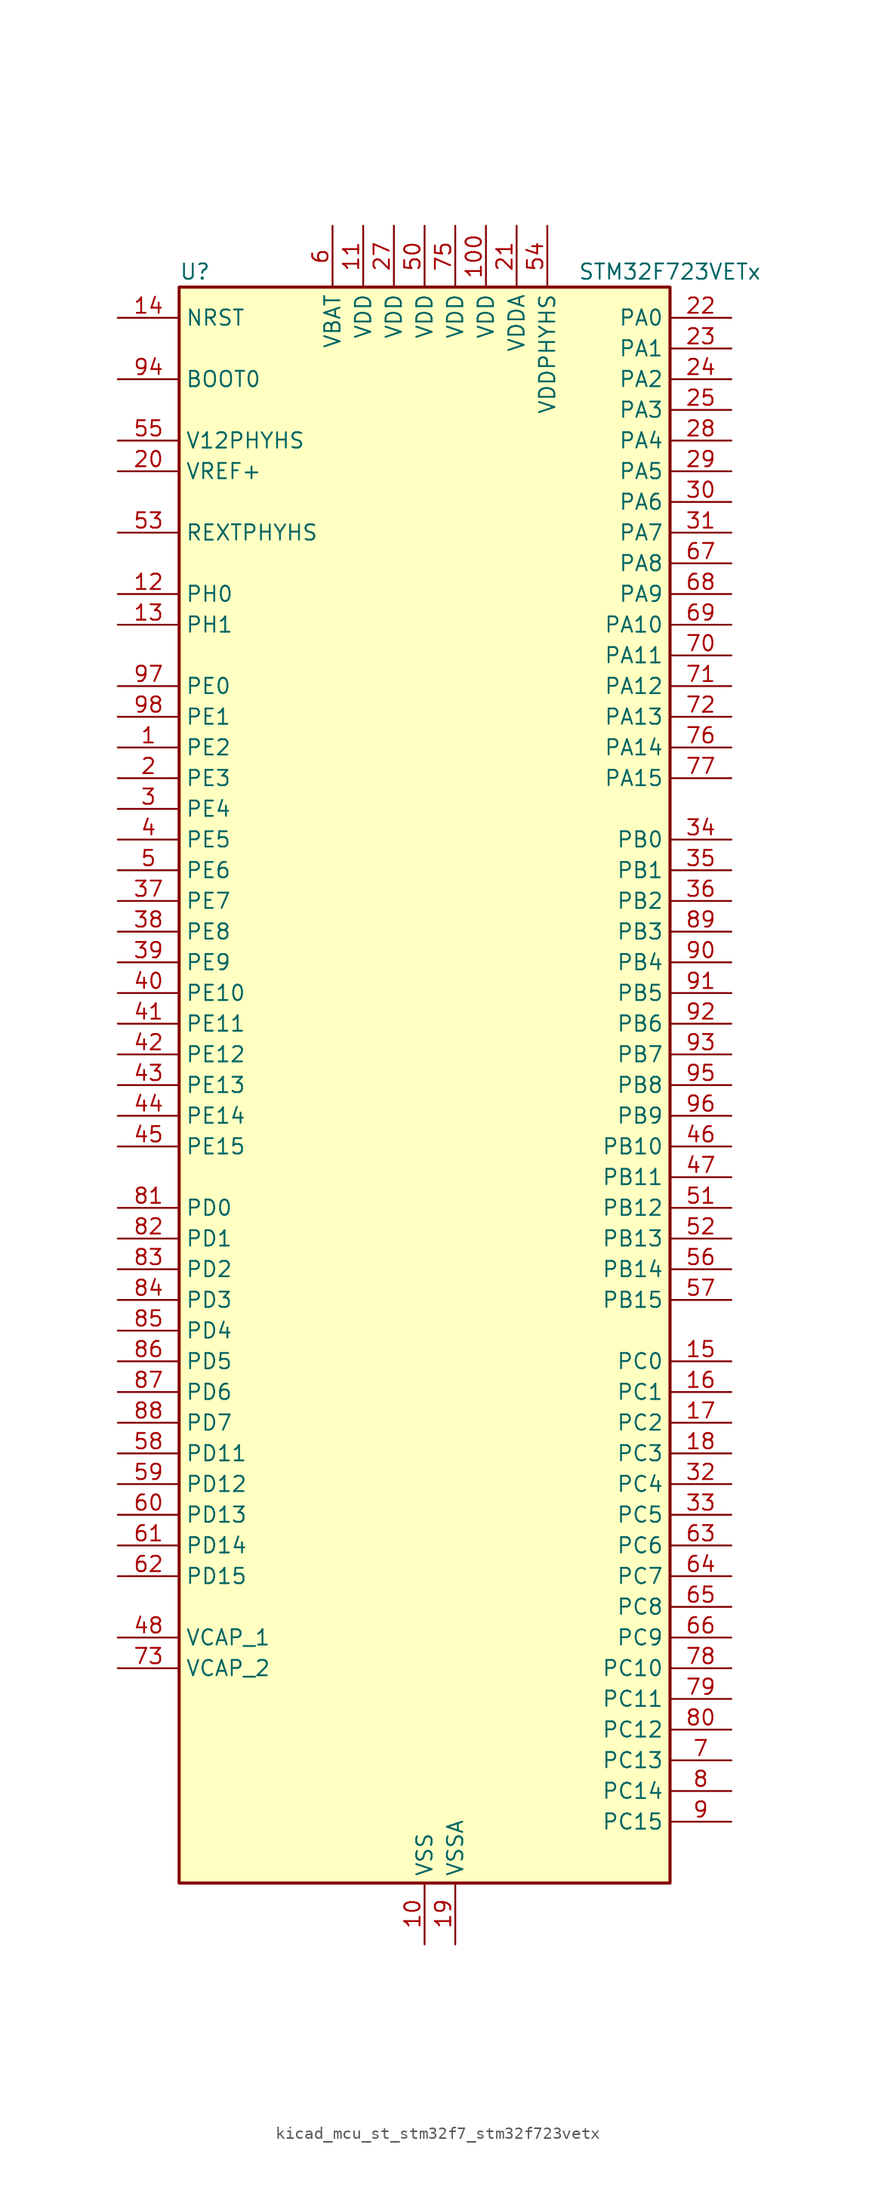
<source format=kicad_sym>
(kicad_symbol_lib
  (version 20220914)
  (generator kicad_symbol_editor)
  (symbol "kicad_mcu_st_stm32f7_stm32f723vetx"
    (property "Reference" "U"
      (at -20.32 67.31 0)
      (effects (font (size 1.27 1.27)) (justify left)))
    (property "Value" "STM32F723VETx"
      (at 12.7 67.31 0)
      (effects (font (size 1.27 1.27)) (justify left)))
    (property "ki_locked" ""
      (at 0 0 0)
      (effects (font (size 1.27 1.27))))
    (symbol "kicad_mcu_st_stm32f7_stm32f723vetx_0_1"
      (rectangle (start -20.32 -66.04) (end 20.32 66.04) (stroke (width 0.254) (type default)) (fill (type background))))
    (symbol "kicad_mcu_st_stm32f7_stm32f723vetx_1_1"
      (pin bidirectional line (at -25.4 27.94 0) (length 5.08) (name "PE2" (effects (font (size 1.27 1.27)))) (number "1" (effects (font (size 1.27 1.27)))) (alternate "FMC_A23" bidirectional line) (alternate "QUADSPI_BK1_IO2" bidirectional line) (alternate "SAI1_MCLK_A" bidirectional line) (alternate "SPI4_SCK" bidirectional line) (alternate "SYS_TRACECLK" bidirectional line))
      (pin power_in line (at 0 -71.12 90) (length 5.08) (name "VSS" (effects (font (size 1.27 1.27)))) (number "10" (effects (font (size 1.27 1.27)))))
      (pin power_in line (at 5.08 71.12 270) (length 5.08) (name "VDD" (effects (font (size 1.27 1.27)))) (number "100" (effects (font (size 1.27 1.27)))))
      (pin power_in line (at -5.08 71.12 270) (length 5.08) (name "VDD" (effects (font (size 1.27 1.27)))) (number "11" (effects (font (size 1.27 1.27)))))
      (pin bidirectional line (at -25.4 40.64 0) (length 5.08) (name "PH0" (effects (font (size 1.27 1.27)))) (number "12" (effects (font (size 1.27 1.27)))) (alternate "RCC_OSC_IN" bidirectional line))
      (pin bidirectional line (at -25.4 38.1 0) (length 5.08) (name "PH1" (effects (font (size 1.27 1.27)))) (number "13" (effects (font (size 1.27 1.27)))) (alternate "RCC_OSC_OUT" bidirectional line))
      (pin input line (at -25.4 63.5 0) (length 5.08) (name "NRST" (effects (font (size 1.27 1.27)))) (number "14" (effects (font (size 1.27 1.27)))))
      (pin bidirectional line (at 25.4 -22.86 180) (length 5.08) (name "PC0" (effects (font (size 1.27 1.27)))) (number "15" (effects (font (size 1.27 1.27)))) (alternate "ADC1_IN10" bidirectional line) (alternate "ADC2_IN10" bidirectional line) (alternate "ADC3_IN10" bidirectional line) (alternate "FMC_SDNWE" bidirectional line) (alternate "SAI2_FS_B" bidirectional line))
      (pin bidirectional line (at 25.4 -25.4 180) (length 5.08) (name "PC1" (effects (font (size 1.27 1.27)))) (number "16" (effects (font (size 1.27 1.27)))) (alternate "ADC1_IN11" bidirectional line) (alternate "ADC2_IN11" bidirectional line) (alternate "ADC3_IN11" bidirectional line) (alternate "I2S2_SD" bidirectional line) (alternate "RTC_TAMP3" bidirectional line) (alternate "RTC_TS" bidirectional line) (alternate "SAI1_SD_A" bidirectional line) (alternate "SPI2_MOSI" bidirectional line) (alternate "SYS_TRACED0" bidirectional line) (alternate "SYS_WKUP3" bidirectional line))
      (pin bidirectional line (at 25.4 -27.94 180) (length 5.08) (name "PC2" (effects (font (size 1.27 1.27)))) (number "17" (effects (font (size 1.27 1.27)))) (alternate "ADC1_IN12" bidirectional line) (alternate "ADC2_IN12" bidirectional line) (alternate "ADC3_IN12" bidirectional line) (alternate "FMC_SDNE0" bidirectional line) (alternate "SPI2_MISO" bidirectional line))
      (pin bidirectional line (at 25.4 -30.48 180) (length 5.08) (name "PC3" (effects (font (size 1.27 1.27)))) (number "18" (effects (font (size 1.27 1.27)))) (alternate "ADC1_IN13" bidirectional line) (alternate "ADC2_IN13" bidirectional line) (alternate "ADC3_IN13" bidirectional line) (alternate "FMC_SDCKE0" bidirectional line) (alternate "I2S2_SD" bidirectional line) (alternate "SPI2_MOSI" bidirectional line))
      (pin power_in line (at 2.54 -71.12 90) (length 5.08) (name "VSSA" (effects (font (size 1.27 1.27)))) (number "19" (effects (font (size 1.27 1.27)))))
      (pin bidirectional line (at -25.4 25.4 0) (length 5.08) (name "PE3" (effects (font (size 1.27 1.27)))) (number "2" (effects (font (size 1.27 1.27)))) (alternate "FMC_A19" bidirectional line) (alternate "SAI1_SD_B" bidirectional line) (alternate "SYS_TRACED0" bidirectional line))
      (pin input line (at -25.4 50.8 0) (length 5.08) (name "VREF+" (effects (font (size 1.27 1.27)))) (number "20" (effects (font (size 1.27 1.27)))))
      (pin power_in line (at 7.62 71.12 270) (length 5.08) (name "VDDA" (effects (font (size 1.27 1.27)))) (number "21" (effects (font (size 1.27 1.27)))))
      (pin bidirectional line (at 25.4 63.5 180) (length 5.08) (name "PA0" (effects (font (size 1.27 1.27)))) (number "22" (effects (font (size 1.27 1.27)))) (alternate "ADC1_IN0" bidirectional line) (alternate "ADC2_IN0" bidirectional line) (alternate "ADC3_IN0" bidirectional line) (alternate "SAI2_SD_B" bidirectional line) (alternate "SYS_WKUP1" bidirectional line) (alternate "TIM2_CH1" bidirectional line) (alternate "TIM2_ETR" bidirectional line) (alternate "TIM5_CH1" bidirectional line) (alternate "TIM8_ETR" bidirectional line) (alternate "UART4_TX" bidirectional line) (alternate "USART2_CTS" bidirectional line))
      (pin bidirectional line (at 25.4 60.96 180) (length 5.08) (name "PA1" (effects (font (size 1.27 1.27)))) (number "23" (effects (font (size 1.27 1.27)))) (alternate "ADC1_IN1" bidirectional line) (alternate "ADC2_IN1" bidirectional line) (alternate "ADC3_IN1" bidirectional line) (alternate "QUADSPI_BK1_IO3" bidirectional line) (alternate "SAI2_MCLK_B" bidirectional line) (alternate "TIM2_CH2" bidirectional line) (alternate "TIM5_CH2" bidirectional line) (alternate "UART4_RX" bidirectional line) (alternate "USART2_DE" bidirectional line) (alternate "USART2_RTS" bidirectional line))
      (pin bidirectional line (at 25.4 58.42 180) (length 5.08) (name "PA2" (effects (font (size 1.27 1.27)))) (number "24" (effects (font (size 1.27 1.27)))) (alternate "ADC1_IN2" bidirectional line) (alternate "ADC2_IN2" bidirectional line) (alternate "ADC3_IN2" bidirectional line) (alternate "SAI2_SCK_B" bidirectional line) (alternate "SYS_WKUP2" bidirectional line) (alternate "TIM2_CH3" bidirectional line) (alternate "TIM5_CH3" bidirectional line) (alternate "TIM9_CH1" bidirectional line) (alternate "USART2_TX" bidirectional line))
      (pin bidirectional line (at 25.4 55.88 180) (length 5.08) (name "PA3" (effects (font (size 1.27 1.27)))) (number "25" (effects (font (size 1.27 1.27)))) (alternate "ADC1_IN3" bidirectional line) (alternate "ADC2_IN3" bidirectional line) (alternate "ADC3_IN3" bidirectional line) (alternate "TIM2_CH4" bidirectional line) (alternate "TIM5_CH4" bidirectional line) (alternate "TIM9_CH2" bidirectional line) (alternate "USART2_RX" bidirectional line))
      (pin passive line (at 0 -71.12 90) (length 5.08) hide (name "VSS" (effects (font (size 1.27 1.27)))) (number "26" (effects (font (size 1.27 1.27)))))
      (pin power_in line (at -2.54 71.12 270) (length 5.08) (name "VDD" (effects (font (size 1.27 1.27)))) (number "27" (effects (font (size 1.27 1.27)))))
      (pin bidirectional line (at 25.4 53.34 180) (length 5.08) (name "PA4" (effects (font (size 1.27 1.27)))) (number "28" (effects (font (size 1.27 1.27)))) (alternate "ADC1_IN4" bidirectional line) (alternate "ADC2_IN4" bidirectional line) (alternate "DAC_OUT1" bidirectional line) (alternate "I2S1_WS" bidirectional line) (alternate "I2S3_WS" bidirectional line) (alternate "SPI1_NSS" bidirectional line) (alternate "SPI3_NSS" bidirectional line) (alternate "USART2_CK" bidirectional line) (alternate "USB_OTG_HS_SOF" bidirectional line))
      (pin bidirectional line (at 25.4 50.8 180) (length 5.08) (name "PA5" (effects (font (size 1.27 1.27)))) (number "29" (effects (font (size 1.27 1.27)))) (alternate "ADC1_IN5" bidirectional line) (alternate "ADC2_IN5" bidirectional line) (alternate "DAC_OUT2" bidirectional line) (alternate "I2S1_CK" bidirectional line) (alternate "SPI1_SCK" bidirectional line) (alternate "TIM2_CH1" bidirectional line) (alternate "TIM2_ETR" bidirectional line) (alternate "TIM8_CH1N" bidirectional line))
      (pin bidirectional line (at -25.4 22.86 0) (length 5.08) (name "PE4" (effects (font (size 1.27 1.27)))) (number "3" (effects (font (size 1.27 1.27)))) (alternate "FMC_A20" bidirectional line) (alternate "SAI1_FS_A" bidirectional line) (alternate "SPI4_NSS" bidirectional line) (alternate "SYS_TRACED1" bidirectional line))
      (pin bidirectional line (at 25.4 48.26 180) (length 5.08) (name "PA6" (effects (font (size 1.27 1.27)))) (number "30" (effects (font (size 1.27 1.27)))) (alternate "ADC1_IN6" bidirectional line) (alternate "ADC2_IN6" bidirectional line) (alternate "SPI1_MISO" bidirectional line) (alternate "TIM13_CH1" bidirectional line) (alternate "TIM1_BKIN" bidirectional line) (alternate "TIM3_CH1" bidirectional line) (alternate "TIM8_BKIN" bidirectional line))
      (pin bidirectional line (at 25.4 45.72 180) (length 5.08) (name "PA7" (effects (font (size 1.27 1.27)))) (number "31" (effects (font (size 1.27 1.27)))) (alternate "ADC1_IN7" bidirectional line) (alternate "ADC2_IN7" bidirectional line) (alternate "FMC_SDNWE" bidirectional line) (alternate "I2S1_SD" bidirectional line) (alternate "SPI1_MOSI" bidirectional line) (alternate "TIM14_CH1" bidirectional line) (alternate "TIM1_CH1N" bidirectional line) (alternate "TIM3_CH2" bidirectional line) (alternate "TIM8_CH1N" bidirectional line))
      (pin bidirectional line (at 25.4 -33.02 180) (length 5.08) (name "PC4" (effects (font (size 1.27 1.27)))) (number "32" (effects (font (size 1.27 1.27)))) (alternate "ADC1_IN14" bidirectional line) (alternate "ADC2_IN14" bidirectional line) (alternate "FMC_SDNE0" bidirectional line) (alternate "I2S1_MCK" bidirectional line))
      (pin bidirectional line (at 25.4 -35.56 180) (length 5.08) (name "PC5" (effects (font (size 1.27 1.27)))) (number "33" (effects (font (size 1.27 1.27)))) (alternate "ADC1_IN15" bidirectional line) (alternate "ADC2_IN15" bidirectional line) (alternate "FMC_SDCKE0" bidirectional line))
      (pin bidirectional line (at 25.4 20.32 180) (length 5.08) (name "PB0" (effects (font (size 1.27 1.27)))) (number "34" (effects (font (size 1.27 1.27)))) (alternate "ADC1_IN8" bidirectional line) (alternate "ADC2_IN8" bidirectional line) (alternate "TIM1_CH2N" bidirectional line) (alternate "TIM3_CH3" bidirectional line) (alternate "TIM8_CH2N" bidirectional line) (alternate "UART4_CTS" bidirectional line))
      (pin bidirectional line (at 25.4 17.78 180) (length 5.08) (name "PB1" (effects (font (size 1.27 1.27)))) (number "35" (effects (font (size 1.27 1.27)))) (alternate "ADC1_IN9" bidirectional line) (alternate "ADC2_IN9" bidirectional line) (alternate "TIM1_CH3N" bidirectional line) (alternate "TIM3_CH4" bidirectional line) (alternate "TIM8_CH3N" bidirectional line))
      (pin bidirectional line (at 25.4 15.24 180) (length 5.08) (name "PB2" (effects (font (size 1.27 1.27)))) (number "36" (effects (font (size 1.27 1.27)))) (alternate "I2S3_SD" bidirectional line) (alternate "QUADSPI_CLK" bidirectional line) (alternate "SAI1_SD_A" bidirectional line) (alternate "SPI3_MOSI" bidirectional line))
      (pin bidirectional line (at -25.4 15.24 0) (length 5.08) (name "PE7" (effects (font (size 1.27 1.27)))) (number "37" (effects (font (size 1.27 1.27)))) (alternate "FMC_D4" bidirectional line) (alternate "FMC_DA4" bidirectional line) (alternate "QUADSPI_BK2_IO0" bidirectional line) (alternate "TIM1_ETR" bidirectional line) (alternate "UART7_RX" bidirectional line))
      (pin bidirectional line (at -25.4 12.7 0) (length 5.08) (name "PE8" (effects (font (size 1.27 1.27)))) (number "38" (effects (font (size 1.27 1.27)))) (alternate "FMC_D5" bidirectional line) (alternate "FMC_DA5" bidirectional line) (alternate "QUADSPI_BK2_IO1" bidirectional line) (alternate "TIM1_CH1N" bidirectional line) (alternate "UART7_TX" bidirectional line))
      (pin bidirectional line (at -25.4 10.16 0) (length 5.08) (name "PE9" (effects (font (size 1.27 1.27)))) (number "39" (effects (font (size 1.27 1.27)))) (alternate "DAC_EXTI9" bidirectional line) (alternate "FMC_D6" bidirectional line) (alternate "FMC_DA6" bidirectional line) (alternate "QUADSPI_BK2_IO2" bidirectional line) (alternate "TIM1_CH1" bidirectional line) (alternate "UART7_DE" bidirectional line) (alternate "UART7_RTS" bidirectional line))
      (pin bidirectional line (at -25.4 20.32 0) (length 5.08) (name "PE5" (effects (font (size 1.27 1.27)))) (number "4" (effects (font (size 1.27 1.27)))) (alternate "FMC_A21" bidirectional line) (alternate "SAI1_SCK_A" bidirectional line) (alternate "SPI4_MISO" bidirectional line) (alternate "SYS_TRACED2" bidirectional line) (alternate "TIM9_CH1" bidirectional line))
      (pin bidirectional line (at -25.4 7.62 0) (length 5.08) (name "PE10" (effects (font (size 1.27 1.27)))) (number "40" (effects (font (size 1.27 1.27)))) (alternate "FMC_D7" bidirectional line) (alternate "FMC_DA7" bidirectional line) (alternate "QUADSPI_BK2_IO3" bidirectional line) (alternate "TIM1_CH2N" bidirectional line) (alternate "UART7_CTS" bidirectional line))
      (pin bidirectional line (at -25.4 5.08 0) (length 5.08) (name "PE11" (effects (font (size 1.27 1.27)))) (number "41" (effects (font (size 1.27 1.27)))) (alternate "ADC1_EXTI11" bidirectional line) (alternate "ADC2_EXTI11" bidirectional line) (alternate "ADC3_EXTI11" bidirectional line) (alternate "FMC_D8" bidirectional line) (alternate "FMC_DA8" bidirectional line) (alternate "SAI2_SD_B" bidirectional line) (alternate "SPI4_NSS" bidirectional line) (alternate "TIM1_CH2" bidirectional line))
      (pin bidirectional line (at -25.4 2.54 0) (length 5.08) (name "PE12" (effects (font (size 1.27 1.27)))) (number "42" (effects (font (size 1.27 1.27)))) (alternate "FMC_D9" bidirectional line) (alternate "FMC_DA9" bidirectional line) (alternate "SAI2_SCK_B" bidirectional line) (alternate "SPI4_SCK" bidirectional line) (alternate "TIM1_CH3N" bidirectional line))
      (pin bidirectional line (at -25.4 0 0) (length 5.08) (name "PE13" (effects (font (size 1.27 1.27)))) (number "43" (effects (font (size 1.27 1.27)))) (alternate "FMC_D10" bidirectional line) (alternate "FMC_DA10" bidirectional line) (alternate "SAI2_FS_B" bidirectional line) (alternate "SPI4_MISO" bidirectional line) (alternate "TIM1_CH3" bidirectional line))
      (pin bidirectional line (at -25.4 -2.54 0) (length 5.08) (name "PE14" (effects (font (size 1.27 1.27)))) (number "44" (effects (font (size 1.27 1.27)))) (alternate "FMC_D11" bidirectional line) (alternate "FMC_DA11" bidirectional line) (alternate "SAI2_MCLK_B" bidirectional line) (alternate "SPI4_MOSI" bidirectional line) (alternate "TIM1_CH4" bidirectional line))
      (pin bidirectional line (at -25.4 -5.08 0) (length 5.08) (name "PE15" (effects (font (size 1.27 1.27)))) (number "45" (effects (font (size 1.27 1.27)))) (alternate "FMC_D12" bidirectional line) (alternate "FMC_DA12" bidirectional line) (alternate "TIM1_BKIN" bidirectional line))
      (pin bidirectional line (at 25.4 -5.08 180) (length 5.08) (name "PB10" (effects (font (size 1.27 1.27)))) (number "46" (effects (font (size 1.27 1.27)))) (alternate "I2C2_SCL" bidirectional line) (alternate "I2S2_CK" bidirectional line) (alternate "SPI2_SCK" bidirectional line) (alternate "TIM2_CH3" bidirectional line) (alternate "USART3_TX" bidirectional line))
      (pin bidirectional line (at 25.4 -7.62 180) (length 5.08) (name "PB11" (effects (font (size 1.27 1.27)))) (number "47" (effects (font (size 1.27 1.27)))) (alternate "ADC1_EXTI11" bidirectional line) (alternate "ADC2_EXTI11" bidirectional line) (alternate "ADC3_EXTI11" bidirectional line) (alternate "I2C2_SDA" bidirectional line) (alternate "TIM2_CH4" bidirectional line) (alternate "USART3_RX" bidirectional line))
      (pin power_out line (at -25.4 -45.72 0) (length 5.08) (name "VCAP_1" (effects (font (size 1.27 1.27)))) (number "48" (effects (font (size 1.27 1.27)))))
      (pin passive line (at 0 -71.12 90) (length 5.08) hide (name "VSS" (effects (font (size 1.27 1.27)))) (number "49" (effects (font (size 1.27 1.27)))))
      (pin bidirectional line (at -25.4 17.78 0) (length 5.08) (name "PE6" (effects (font (size 1.27 1.27)))) (number "5" (effects (font (size 1.27 1.27)))) (alternate "FMC_A22" bidirectional line) (alternate "SAI1_SD_A" bidirectional line) (alternate "SAI2_MCLK_B" bidirectional line) (alternate "SPI4_MOSI" bidirectional line) (alternate "SYS_TRACED3" bidirectional line) (alternate "TIM1_BKIN2" bidirectional line) (alternate "TIM9_CH2" bidirectional line))
      (pin power_in line (at 0 71.12 270) (length 5.08) (name "VDD" (effects (font (size 1.27 1.27)))) (number "50" (effects (font (size 1.27 1.27)))))
      (pin bidirectional line (at 25.4 -10.16 180) (length 5.08) (name "PB12" (effects (font (size 1.27 1.27)))) (number "51" (effects (font (size 1.27 1.27)))) (alternate "I2C2_SMBA" bidirectional line) (alternate "I2S2_WS" bidirectional line) (alternate "SPI2_NSS" bidirectional line) (alternate "TIM1_BKIN" bidirectional line) (alternate "USART3_CK" bidirectional line) (alternate "USB_OTG_HS_ID" bidirectional line))
      (pin bidirectional line (at 25.4 -12.7 180) (length 5.08) (name "PB13" (effects (font (size 1.27 1.27)))) (number "52" (effects (font (size 1.27 1.27)))) (alternate "I2S2_CK" bidirectional line) (alternate "SPI2_SCK" bidirectional line) (alternate "TIM1_CH1N" bidirectional line) (alternate "USART3_CTS" bidirectional line) (alternate "USB_OTG_HS_VBUS" bidirectional line))
      (pin bidirectional line (at -25.4 45.72 0) (length 5.08) (name "REXTPHYHS" (effects (font (size 1.27 1.27)))) (number "53" (effects (font (size 1.27 1.27)))) (alternate "USB_OTG_HS_REXTPHYHS" bidirectional line))
      (pin power_in line (at 10.16 71.12 270) (length 5.08) (name "VDDPHYHS" (effects (font (size 1.27 1.27)))) (number "54" (effects (font (size 1.27 1.27)))))
      (pin power_in line (at -25.4 53.34 0) (length 5.08) (name "V12PHYHS" (effects (font (size 1.27 1.27)))) (number "55" (effects (font (size 1.27 1.27)))))
      (pin bidirectional line (at 25.4 -15.24 180) (length 5.08) (name "PB14" (effects (font (size 1.27 1.27)))) (number "56" (effects (font (size 1.27 1.27)))) (alternate "USB_OTG_HS_DM" bidirectional line))
      (pin bidirectional line (at 25.4 -17.78 180) (length 5.08) (name "PB15" (effects (font (size 1.27 1.27)))) (number "57" (effects (font (size 1.27 1.27)))) (alternate "USB_OTG_HS_DP" bidirectional line))
      (pin bidirectional line (at -25.4 -30.48 0) (length 5.08) (name "PD11" (effects (font (size 1.27 1.27)))) (number "58" (effects (font (size 1.27 1.27)))) (alternate "ADC1_EXTI11" bidirectional line) (alternate "ADC2_EXTI11" bidirectional line) (alternate "ADC3_EXTI11" bidirectional line) (alternate "FMC_A16" bidirectional line) (alternate "FMC_CLE" bidirectional line) (alternate "QUADSPI_BK1_IO0" bidirectional line) (alternate "SAI2_SD_A" bidirectional line) (alternate "USART3_CTS" bidirectional line))
      (pin bidirectional line (at -25.4 -33.02 0) (length 5.08) (name "PD12" (effects (font (size 1.27 1.27)))) (number "59" (effects (font (size 1.27 1.27)))) (alternate "FMC_A17" bidirectional line) (alternate "FMC_ALE" bidirectional line) (alternate "LPTIM1_IN1" bidirectional line) (alternate "QUADSPI_BK1_IO1" bidirectional line) (alternate "SAI2_FS_A" bidirectional line) (alternate "TIM4_CH1" bidirectional line) (alternate "USART3_DE" bidirectional line) (alternate "USART3_RTS" bidirectional line))
      (pin power_in line (at -7.62 71.12 270) (length 5.08) (name "VBAT" (effects (font (size 1.27 1.27)))) (number "6" (effects (font (size 1.27 1.27)))))
      (pin bidirectional line (at -25.4 -35.56 0) (length 5.08) (name "PD13" (effects (font (size 1.27 1.27)))) (number "60" (effects (font (size 1.27 1.27)))) (alternate "FMC_A18" bidirectional line) (alternate "LPTIM1_OUT" bidirectional line) (alternate "QUADSPI_BK1_IO3" bidirectional line) (alternate "SAI2_SCK_A" bidirectional line) (alternate "TIM4_CH2" bidirectional line))
      (pin bidirectional line (at -25.4 -38.1 0) (length 5.08) (name "PD14" (effects (font (size 1.27 1.27)))) (number "61" (effects (font (size 1.27 1.27)))) (alternate "FMC_D0" bidirectional line) (alternate "FMC_DA0" bidirectional line) (alternate "TIM4_CH3" bidirectional line) (alternate "UART8_CTS" bidirectional line))
      (pin bidirectional line (at -25.4 -40.64 0) (length 5.08) (name "PD15" (effects (font (size 1.27 1.27)))) (number "62" (effects (font (size 1.27 1.27)))) (alternate "FMC_D1" bidirectional line) (alternate "FMC_DA1" bidirectional line) (alternate "TIM4_CH4" bidirectional line) (alternate "UART8_DE" bidirectional line) (alternate "UART8_RTS" bidirectional line))
      (pin bidirectional line (at 25.4 -38.1 180) (length 5.08) (name "PC6" (effects (font (size 1.27 1.27)))) (number "63" (effects (font (size 1.27 1.27)))) (alternate "I2S2_MCK" bidirectional line) (alternate "SDMMC1_D6" bidirectional line) (alternate "TIM3_CH1" bidirectional line) (alternate "TIM8_CH1" bidirectional line) (alternate "USART6_TX" bidirectional line))
      (pin bidirectional line (at 25.4 -40.64 180) (length 5.08) (name "PC7" (effects (font (size 1.27 1.27)))) (number "64" (effects (font (size 1.27 1.27)))) (alternate "I2S3_MCK" bidirectional line) (alternate "SDMMC1_D7" bidirectional line) (alternate "TIM3_CH2" bidirectional line) (alternate "TIM8_CH2" bidirectional line) (alternate "USART6_RX" bidirectional line))
      (pin bidirectional line (at 25.4 -43.18 180) (length 5.08) (name "PC8" (effects (font (size 1.27 1.27)))) (number "65" (effects (font (size 1.27 1.27)))) (alternate "SDMMC1_D0" bidirectional line) (alternate "SYS_TRACED1" bidirectional line) (alternate "TIM3_CH3" bidirectional line) (alternate "TIM8_CH3" bidirectional line) (alternate "UART5_DE" bidirectional line) (alternate "UART5_RTS" bidirectional line) (alternate "USART6_CK" bidirectional line))
      (pin bidirectional line (at 25.4 -45.72 180) (length 5.08) (name "PC9" (effects (font (size 1.27 1.27)))) (number "66" (effects (font (size 1.27 1.27)))) (alternate "DAC_EXTI9" bidirectional line) (alternate "I2C3_SDA" bidirectional line) (alternate "I2S_CKIN" bidirectional line) (alternate "QUADSPI_BK1_IO0" bidirectional line) (alternate "RCC_MCO_2" bidirectional line) (alternate "SDMMC1_D1" bidirectional line) (alternate "TIM3_CH4" bidirectional line) (alternate "TIM8_CH4" bidirectional line) (alternate "UART5_CTS" bidirectional line))
      (pin bidirectional line (at 25.4 43.18 180) (length 5.08) (name "PA8" (effects (font (size 1.27 1.27)))) (number "67" (effects (font (size 1.27 1.27)))) (alternate "I2C3_SCL" bidirectional line) (alternate "RCC_MCO_1" bidirectional line) (alternate "TIM1_CH1" bidirectional line) (alternate "TIM8_BKIN2" bidirectional line) (alternate "USART1_CK" bidirectional line) (alternate "USB_OTG_FS_SOF" bidirectional line))
      (pin bidirectional line (at 25.4 40.64 180) (length 5.08) (name "PA9" (effects (font (size 1.27 1.27)))) (number "68" (effects (font (size 1.27 1.27)))) (alternate "DAC_EXTI9" bidirectional line) (alternate "I2C3_SMBA" bidirectional line) (alternate "I2S2_CK" bidirectional line) (alternate "SPI2_SCK" bidirectional line) (alternate "TIM1_CH2" bidirectional line) (alternate "USART1_TX" bidirectional line) (alternate "USB_OTG_FS_VBUS" bidirectional line))
      (pin bidirectional line (at 25.4 38.1 180) (length 5.08) (name "PA10" (effects (font (size 1.27 1.27)))) (number "69" (effects (font (size 1.27 1.27)))) (alternate "TIM1_CH3" bidirectional line) (alternate "USART1_RX" bidirectional line) (alternate "USB_OTG_FS_ID" bidirectional line))
      (pin bidirectional line (at 25.4 -55.88 180) (length 5.08) (name "PC13" (effects (font (size 1.27 1.27)))) (number "7" (effects (font (size 1.27 1.27)))) (alternate "RTC_OUT" bidirectional line) (alternate "RTC_TAMP1" bidirectional line) (alternate "RTC_TS" bidirectional line) (alternate "SYS_WKUP4" bidirectional line))
      (pin bidirectional line (at 25.4 35.56 180) (length 5.08) (name "PA11" (effects (font (size 1.27 1.27)))) (number "70" (effects (font (size 1.27 1.27)))) (alternate "ADC1_EXTI11" bidirectional line) (alternate "ADC2_EXTI11" bidirectional line) (alternate "ADC3_EXTI11" bidirectional line) (alternate "CAN1_RX" bidirectional line) (alternate "TIM1_CH4" bidirectional line) (alternate "USART1_CTS" bidirectional line) (alternate "USB_OTG_FS_DM" bidirectional line))
      (pin bidirectional line (at 25.4 33.02 180) (length 5.08) (name "PA12" (effects (font (size 1.27 1.27)))) (number "71" (effects (font (size 1.27 1.27)))) (alternate "CAN1_TX" bidirectional line) (alternate "SAI2_FS_B" bidirectional line) (alternate "TIM1_ETR" bidirectional line) (alternate "USART1_DE" bidirectional line) (alternate "USART1_RTS" bidirectional line) (alternate "USB_OTG_FS_DP" bidirectional line))
      (pin bidirectional line (at 25.4 30.48 180) (length 5.08) (name "PA13" (effects (font (size 1.27 1.27)))) (number "72" (effects (font (size 1.27 1.27)))) (alternate "SYS_JTMS-SWDIO" bidirectional line))
      (pin power_out line (at -25.4 -48.26 0) (length 5.08) (name "VCAP_2" (effects (font (size 1.27 1.27)))) (number "73" (effects (font (size 1.27 1.27)))))
      (pin passive line (at 0 -71.12 90) (length 5.08) hide (name "VSS" (effects (font (size 1.27 1.27)))) (number "74" (effects (font (size 1.27 1.27)))))
      (pin power_in line (at 2.54 71.12 270) (length 5.08) (name "VDD" (effects (font (size 1.27 1.27)))) (number "75" (effects (font (size 1.27 1.27)))))
      (pin bidirectional line (at 25.4 27.94 180) (length 5.08) (name "PA14" (effects (font (size 1.27 1.27)))) (number "76" (effects (font (size 1.27 1.27)))) (alternate "SYS_JTCK-SWCLK" bidirectional line))
      (pin bidirectional line (at 25.4 25.4 180) (length 5.08) (name "PA15" (effects (font (size 1.27 1.27)))) (number "77" (effects (font (size 1.27 1.27)))) (alternate "I2S1_WS" bidirectional line) (alternate "I2S3_WS" bidirectional line) (alternate "SPI1_NSS" bidirectional line) (alternate "SPI3_NSS" bidirectional line) (alternate "SYS_JTDI" bidirectional line) (alternate "TIM2_CH1" bidirectional line) (alternate "TIM2_ETR" bidirectional line) (alternate "UART4_DE" bidirectional line) (alternate "UART4_RTS" bidirectional line))
      (pin bidirectional line (at 25.4 -48.26 180) (length 5.08) (name "PC10" (effects (font (size 1.27 1.27)))) (number "78" (effects (font (size 1.27 1.27)))) (alternate "I2S3_CK" bidirectional line) (alternate "QUADSPI_BK1_IO1" bidirectional line) (alternate "SDMMC1_D2" bidirectional line) (alternate "SPI3_SCK" bidirectional line) (alternate "UART4_TX" bidirectional line) (alternate "USART3_TX" bidirectional line))
      (pin bidirectional line (at 25.4 -50.8 180) (length 5.08) (name "PC11" (effects (font (size 1.27 1.27)))) (number "79" (effects (font (size 1.27 1.27)))) (alternate "ADC1_EXTI11" bidirectional line) (alternate "ADC2_EXTI11" bidirectional line) (alternate "ADC3_EXTI11" bidirectional line) (alternate "QUADSPI_BK2_NCS" bidirectional line) (alternate "SDMMC1_D3" bidirectional line) (alternate "SPI3_MISO" bidirectional line) (alternate "UART4_RX" bidirectional line) (alternate "USART3_RX" bidirectional line))
      (pin bidirectional line (at 25.4 -58.42 180) (length 5.08) (name "PC14" (effects (font (size 1.27 1.27)))) (number "8" (effects (font (size 1.27 1.27)))) (alternate "RCC_OSC32_IN" bidirectional line))
      (pin bidirectional line (at 25.4 -53.34 180) (length 5.08) (name "PC12" (effects (font (size 1.27 1.27)))) (number "80" (effects (font (size 1.27 1.27)))) (alternate "I2S3_SD" bidirectional line) (alternate "SDMMC1_CK" bidirectional line) (alternate "SPI3_MOSI" bidirectional line) (alternate "SYS_TRACED3" bidirectional line) (alternate "UART5_TX" bidirectional line) (alternate "USART3_CK" bidirectional line))
      (pin bidirectional line (at -25.4 -10.16 0) (length 5.08) (name "PD0" (effects (font (size 1.27 1.27)))) (number "81" (effects (font (size 1.27 1.27)))) (alternate "CAN1_RX" bidirectional line) (alternate "FMC_D2" bidirectional line) (alternate "FMC_DA2" bidirectional line))
      (pin bidirectional line (at -25.4 -12.7 0) (length 5.08) (name "PD1" (effects (font (size 1.27 1.27)))) (number "82" (effects (font (size 1.27 1.27)))) (alternate "CAN1_TX" bidirectional line) (alternate "FMC_D3" bidirectional line) (alternate "FMC_DA3" bidirectional line))
      (pin bidirectional line (at -25.4 -15.24 0) (length 5.08) (name "PD2" (effects (font (size 1.27 1.27)))) (number "83" (effects (font (size 1.27 1.27)))) (alternate "SDMMC1_CMD" bidirectional line) (alternate "SYS_TRACED2" bidirectional line) (alternate "TIM3_ETR" bidirectional line) (alternate "UART5_RX" bidirectional line))
      (pin bidirectional line (at -25.4 -17.78 0) (length 5.08) (name "PD3" (effects (font (size 1.27 1.27)))) (number "84" (effects (font (size 1.27 1.27)))) (alternate "FMC_CLK" bidirectional line) (alternate "I2S2_CK" bidirectional line) (alternate "SPI2_SCK" bidirectional line) (alternate "USART2_CTS" bidirectional line))
      (pin bidirectional line (at -25.4 -20.32 0) (length 5.08) (name "PD4" (effects (font (size 1.27 1.27)))) (number "85" (effects (font (size 1.27 1.27)))) (alternate "FMC_NOE" bidirectional line) (alternate "USART2_DE" bidirectional line) (alternate "USART2_RTS" bidirectional line))
      (pin bidirectional line (at -25.4 -22.86 0) (length 5.08) (name "PD5" (effects (font (size 1.27 1.27)))) (number "86" (effects (font (size 1.27 1.27)))) (alternate "FMC_NWE" bidirectional line) (alternate "USART2_TX" bidirectional line))
      (pin bidirectional line (at -25.4 -25.4 0) (length 5.08) (name "PD6" (effects (font (size 1.27 1.27)))) (number "87" (effects (font (size 1.27 1.27)))) (alternate "FMC_NWAIT" bidirectional line) (alternate "I2S3_SD" bidirectional line) (alternate "SAI1_SD_A" bidirectional line) (alternate "SPI3_MOSI" bidirectional line) (alternate "USART2_RX" bidirectional line))
      (pin bidirectional line (at -25.4 -27.94 0) (length 5.08) (name "PD7" (effects (font (size 1.27 1.27)))) (number "88" (effects (font (size 1.27 1.27)))) (alternate "FMC_NE1" bidirectional line) (alternate "USART2_CK" bidirectional line))
      (pin bidirectional line (at 25.4 12.7 180) (length 5.08) (name "PB3" (effects (font (size 1.27 1.27)))) (number "89" (effects (font (size 1.27 1.27)))) (alternate "I2S1_CK" bidirectional line) (alternate "I2S3_CK" bidirectional line) (alternate "SPI1_SCK" bidirectional line) (alternate "SPI3_SCK" bidirectional line) (alternate "SYS_JTDO-SWO" bidirectional line) (alternate "TIM2_CH2" bidirectional line))
      (pin bidirectional line (at 25.4 -60.96 180) (length 5.08) (name "PC15" (effects (font (size 1.27 1.27)))) (number "9" (effects (font (size 1.27 1.27)))) (alternate "RCC_OSC32_OUT" bidirectional line))
      (pin bidirectional line (at 25.4 10.16 180) (length 5.08) (name "PB4" (effects (font (size 1.27 1.27)))) (number "90" (effects (font (size 1.27 1.27)))) (alternate "I2S2_WS" bidirectional line) (alternate "SPI1_MISO" bidirectional line) (alternate "SPI2_NSS" bidirectional line) (alternate "SPI3_MISO" bidirectional line) (alternate "SYS_JTRST" bidirectional line) (alternate "TIM3_CH1" bidirectional line))
      (pin bidirectional line (at 25.4 7.62 180) (length 5.08) (name "PB5" (effects (font (size 1.27 1.27)))) (number "91" (effects (font (size 1.27 1.27)))) (alternate "FMC_SDCKE1" bidirectional line) (alternate "I2C1_SMBA" bidirectional line) (alternate "I2S1_SD" bidirectional line) (alternate "I2S3_SD" bidirectional line) (alternate "SPI1_MOSI" bidirectional line) (alternate "SPI3_MOSI" bidirectional line) (alternate "TIM3_CH2" bidirectional line))
      (pin bidirectional line (at 25.4 5.08 180) (length 5.08) (name "PB6" (effects (font (size 1.27 1.27)))) (number "92" (effects (font (size 1.27 1.27)))) (alternate "FMC_SDNE1" bidirectional line) (alternate "I2C1_SCL" bidirectional line) (alternate "QUADSPI_BK1_NCS" bidirectional line) (alternate "TIM4_CH1" bidirectional line) (alternate "USART1_TX" bidirectional line))
      (pin bidirectional line (at 25.4 2.54 180) (length 5.08) (name "PB7" (effects (font (size 1.27 1.27)))) (number "93" (effects (font (size 1.27 1.27)))) (alternate "FMC_NL" bidirectional line) (alternate "I2C1_SDA" bidirectional line) (alternate "TIM4_CH2" bidirectional line) (alternate "USART1_RX" bidirectional line))
      (pin input line (at -25.4 58.42 0) (length 5.08) (name "BOOT0" (effects (font (size 1.27 1.27)))) (number "94" (effects (font (size 1.27 1.27)))))
      (pin bidirectional line (at 25.4 0 180) (length 5.08) (name "PB8" (effects (font (size 1.27 1.27)))) (number "95" (effects (font (size 1.27 1.27)))) (alternate "CAN1_RX" bidirectional line) (alternate "I2C1_SCL" bidirectional line) (alternate "SDMMC1_D4" bidirectional line) (alternate "TIM10_CH1" bidirectional line) (alternate "TIM4_CH3" bidirectional line))
      (pin bidirectional line (at 25.4 -2.54 180) (length 5.08) (name "PB9" (effects (font (size 1.27 1.27)))) (number "96" (effects (font (size 1.27 1.27)))) (alternate "CAN1_TX" bidirectional line) (alternate "DAC_EXTI9" bidirectional line) (alternate "I2C1_SDA" bidirectional line) (alternate "I2S2_WS" bidirectional line) (alternate "SDMMC1_D5" bidirectional line) (alternate "SPI2_NSS" bidirectional line) (alternate "TIM11_CH1" bidirectional line) (alternate "TIM4_CH4" bidirectional line))
      (pin bidirectional line (at -25.4 33.02 0) (length 5.08) (name "PE0" (effects (font (size 1.27 1.27)))) (number "97" (effects (font (size 1.27 1.27)))) (alternate "FMC_NBL0" bidirectional line) (alternate "LPTIM1_ETR" bidirectional line) (alternate "SAI2_MCLK_A" bidirectional line) (alternate "TIM4_ETR" bidirectional line) (alternate "UART8_RX" bidirectional line))
      (pin bidirectional line (at -25.4 30.48 0) (length 5.08) (name "PE1" (effects (font (size 1.27 1.27)))) (number "98" (effects (font (size 1.27 1.27)))) (alternate "FMC_NBL1" bidirectional line) (alternate "LPTIM1_IN2" bidirectional line) (alternate "UART8_TX" bidirectional line))
      (pin passive line (at 0 -71.12 90) (length 5.08) hide (name "VSS" (effects (font (size 1.27 1.27)))) (number "99" (effects (font (size 1.27 1.27))))))))
</source>
